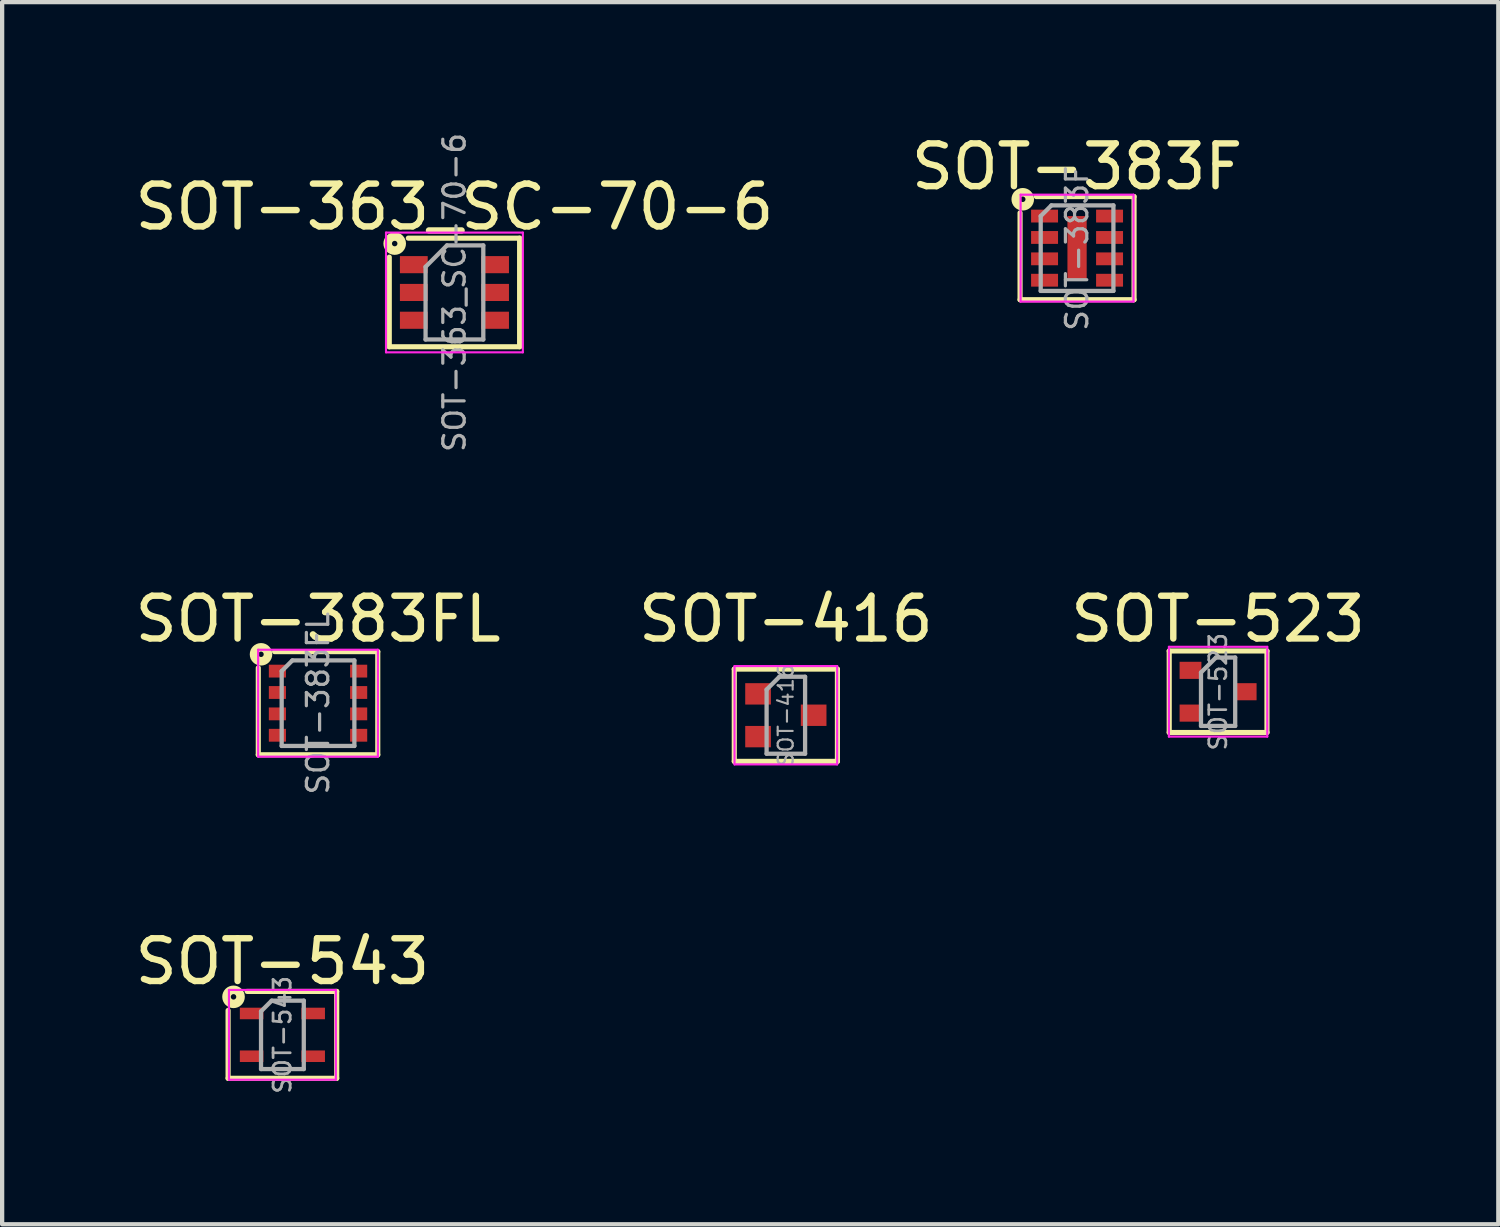
<source format=kicad_pcb>
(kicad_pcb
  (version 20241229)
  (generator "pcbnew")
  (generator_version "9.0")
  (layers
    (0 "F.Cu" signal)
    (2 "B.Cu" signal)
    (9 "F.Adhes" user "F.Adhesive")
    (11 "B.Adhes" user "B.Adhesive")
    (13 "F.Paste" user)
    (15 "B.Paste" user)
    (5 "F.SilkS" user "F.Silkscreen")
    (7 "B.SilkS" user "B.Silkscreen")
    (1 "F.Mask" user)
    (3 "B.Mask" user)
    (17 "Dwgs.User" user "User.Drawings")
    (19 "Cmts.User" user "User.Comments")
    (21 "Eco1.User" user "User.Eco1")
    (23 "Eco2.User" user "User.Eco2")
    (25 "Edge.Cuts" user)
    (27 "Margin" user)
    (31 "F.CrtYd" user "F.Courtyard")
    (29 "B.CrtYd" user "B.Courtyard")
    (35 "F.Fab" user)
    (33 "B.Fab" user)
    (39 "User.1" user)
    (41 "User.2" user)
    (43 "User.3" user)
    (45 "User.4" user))
  (footprint "SOT-383F"
    (layer "F.Cu")
    (at 22.137 2.753)
    (property "Reference" "SOT-383F" (at 0 -1.905 0) (layer "F.SilkS") (effects (font (size 1 1) (thickness 0.15))))
    (attr smd)
    (fp_line (start -1.333 -0.826) (end -1.333 1.206) (stroke (width 0.12) (type solid)) (layer "F.SilkS"))
    (fp_line (start -1.333 1.206) (end 1.333 1.206) (stroke (width 0.12) (type solid)) (layer "F.SilkS"))
    (fp_line (start 1.333 -1.206) (end -0.953 -1.206) (stroke (width 0.12) (type solid)) (layer "F.SilkS"))
    (fp_line (start 1.333 1.206) (end 1.333 -1.206) (stroke (width 0.12) (type solid)) (layer "F.SilkS"))
    (fp_circle (center -1.27 -1.143) (end -1.206 -1.143) (stroke (width 0.2) (type solid)) (fill no) (layer "F.SilkS"))
    (fp_line (start -1.32 -1.25) (end -1.32 1.25) (stroke (width 0.05) (type solid)) (layer "F.CrtYd"))
    (fp_line (start -1.32 -1.25) (end 1.32 -1.25) (stroke (width 0.05) (type solid)) (layer "F.CrtYd"))
    (fp_line (start 1.32 1.25) (end -1.32 1.25) (stroke (width 0.05) (type solid)) (layer "F.CrtYd"))
    (fp_line (start 1.32 1.25) (end 1.32 -1.25) (stroke (width 0.05) (type solid)) (layer "F.CrtYd"))
    (fp_line (start -0.85 -0.75) (end -0.85 1) (stroke (width 0.1) (type solid)) (layer "F.Fab"))
    (fp_line (start -0.85 -0.75) (end -0.6 -1) (stroke (width 0.1) (type solid)) (layer "F.Fab"))
    (fp_line (start -0.85 1) (end 0.85 1) (stroke (width 0.1) (type solid)) (layer "F.Fab"))
    (fp_line (start -0.6 -1) (end 0.85 -1) (stroke (width 0.1) (type solid)) (layer "F.Fab"))
    (fp_line (start 0.85 1) (end 0.85 -1) (stroke (width 0.1) (type solid)) (layer "F.Fab"))
    (fp_text user "${REFERENCE}" (at 0 0 90) (layer "F.Fab") (effects (font (size 0.5 0.5) (thickness 0.075))))
    (pad "1" smd rect (at -0.76 -0.75) (size 0.63 0.3) (layers "F.Cu" "F.Mask" "F.Paste"))
    (pad "2" smd rect (at -0.76 -0.25) (size 0.63 0.3) (layers "F.Cu" "F.Mask" "F.Paste"))
    (pad "3" smd rect (at -0.76 0.25) (size 0.63 0.3) (layers "F.Cu" "F.Mask" "F.Paste"))
    (pad "4" smd rect (at -0.76 0.75) (size 0.63 0.3) (layers "F.Cu" "F.Mask" "F.Paste"))
    (pad "5" smd rect (at 0.76 0.75) (size 0.63 0.3) (layers "F.Cu" "F.Mask" "F.Paste"))
    (pad "6" smd rect (at 0.76 0.25) (size 0.63 0.3) (layers "F.Cu" "F.Mask" "F.Paste"))
    (pad "7" smd rect (at 0.76 -0.25) (size 0.63 0.3) (layers "F.Cu" "F.Mask" "F.Paste"))
    (pad "8" smd rect (at 0.76 -0.75) (size 0.63 0.3) (layers "F.Cu" "F.Mask" "F.Paste"))
    (pad "9" smd rect (at 0 0) (size 0.45 1.5) (layers "F.Cu" "F.Mask" "F.Paste")))
  (footprint "SOT-363_SC-70-6"
    (layer "F.Cu")
    (at 7.577 3.789)
    (property "Reference" "SOT-363_SC-70-6" (at 0 -2 0) (layer "F.SilkS") (effects (font (size 1 1) (thickness 0.15))))
    (attr smd)
    (fp_line (start -1.524 -0.826) (end -1.524 1.27) (stroke (width 0.12) (type solid)) (layer "F.SilkS"))
    (fp_line (start -1.524 1.27) (end 1.524 1.27) (stroke (width 0.12) (type solid)) (layer "F.SilkS"))
    (fp_line (start 1.524 -1.27) (end -1.079 -1.27) (stroke (width 0.12) (type solid)) (layer "F.SilkS"))
    (fp_line (start 1.524 1.27) (end 1.524 -1.27) (stroke (width 0.12) (type solid)) (layer "F.SilkS"))
    (fp_circle (center -1.397 -1.143) (end -1.333 -1.143) (stroke (width 0.2) (type solid)) (fill no) (layer "F.SilkS"))
    (fp_line (start -1.6 -1.4) (end -1.6 1.4) (stroke (width 0.05) (type solid)) (layer "F.CrtYd"))
    (fp_line (start -1.6 -1.4) (end 1.6 -1.4) (stroke (width 0.05) (type solid)) (layer "F.CrtYd"))
    (fp_line (start -1.6 1.4) (end 1.6 1.4) (stroke (width 0.05) (type solid)) (layer "F.CrtYd"))
    (fp_line (start 1.6 1.4) (end 1.6 -1.4) (stroke (width 0.05) (type solid)) (layer "F.CrtYd"))
    (fp_line (start -0.675 -0.6) (end -0.675 1.1) (stroke (width 0.1) (type solid)) (layer "F.Fab"))
    (fp_line (start -0.175 -1.1) (end -0.675 -0.6) (stroke (width 0.1) (type solid)) (layer "F.Fab"))
    (fp_line (start 0.675 -1.1) (end -0.175 -1.1) (stroke (width 0.1) (type solid)) (layer "F.Fab"))
    (fp_line (start 0.675 -1.1) (end 0.675 1.1) (stroke (width 0.1) (type solid)) (layer "F.Fab"))
    (fp_line (start 0.675 1.1) (end -0.675 1.1) (stroke (width 0.1) (type solid)) (layer "F.Fab"))
    (fp_text user "${REFERENCE}" (at 0 0 90) (layer "F.Fab") (effects (font (size 0.5 0.5) (thickness 0.075))))
    (pad "1" smd rect (at -0.95 -0.65) (size 0.65 0.4) (layers "F.Cu" "F.Mask" "F.Paste"))
    (pad "2" smd rect (at -0.95 0) (size 0.65 0.4) (layers "F.Cu" "F.Mask" "F.Paste"))
    (pad "3" smd rect (at -0.95 0.65) (size 0.65 0.4) (layers "F.Cu" "F.Mask" "F.Paste"))
    (pad "4" smd rect (at 0.95 0.65) (size 0.65 0.4) (layers "F.Cu" "F.Mask" "F.Paste"))
    (pad "5" smd rect (at 0.95 0) (size 0.65 0.4) (layers "F.Cu" "F.Mask" "F.Paste"))
    (pad "6" smd rect (at 0.95 -0.65) (size 0.65 0.4) (layers "F.Cu" "F.Mask" "F.Paste")))
  (footprint "SOT-416"
    (layer "F.Cu")
    (at 15.327 13.676)
    (property "Reference" "SOT-416" (at 0 -2.25 0) (layer "F.SilkS") (effects (font (size 1 1) (thickness 0.15))))
    (attr smd)
    (fp_line (start -1.206 -1.079) (end -1.206 1.079) (stroke (width 0.12) (type solid)) (layer "F.SilkS"))
    (fp_line (start -1.206 1.079) (end 1.206 1.079) (stroke (width 0.12) (type solid)) (layer "F.SilkS"))
    (fp_line (start 1.206 -1.079) (end -1.206 -1.079) (stroke (width 0.12) (type solid)) (layer "F.SilkS"))
    (fp_line (start 1.206 1.079) (end 1.206 -1.079) (stroke (width 0.12) (type solid)) (layer "F.SilkS"))
    (fp_line (start -1.2 -1.15) (end 1.2 -1.15) (stroke (width 0.05) (type solid)) (layer "F.CrtYd"))
    (fp_line (start -1.2 1.15) (end -1.2 -1.15) (stroke (width 0.05) (type solid)) (layer "F.CrtYd"))
    (fp_line (start 1.2 -1.15) (end 1.2 1.15) (stroke (width 0.05) (type solid)) (layer "F.CrtYd"))
    (fp_line (start 1.2 1.15) (end -1.2 1.15) (stroke (width 0.05) (type solid)) (layer "F.CrtYd"))
    (fp_line (start -0.45 -0.6) (end -0.45 0.9) (stroke (width 0.1) (type solid)) (layer "F.Fab"))
    (fp_line (start -0.45 0.9) (end 0.45 0.9) (stroke (width 0.1) (type solid)) (layer "F.Fab"))
    (fp_line (start -0.15 -0.9) (end -0.45 -0.6) (stroke (width 0.1) (type solid)) (layer "F.Fab"))
    (fp_line (start -0.15 -0.9) (end 0.45 -0.9) (stroke (width 0.1) (type solid)) (layer "F.Fab"))
    (fp_line (start 0.45 -0.9) (end 0.45 0.9) (stroke (width 0.1) (type solid)) (layer "F.Fab"))
    (fp_text user "${REFERENCE}" (at 0 0 90) (layer "F.Fab") (effects (font (size 0.35 0.35) (thickness 0.05))))
    (pad "1" smd rect (at -0.65 -0.5) (size 0.6 0.5) (layers "F.Cu" "F.Mask" "F.Paste"))
    (pad "2" smd rect (at -0.65 0.5) (size 0.6 0.5) (layers "F.Cu" "F.Mask" "F.Paste"))
    (pad "3" smd rect (at 0.65 0) (size 0.6 0.5) (layers "F.Cu" "F.Mask" "F.Paste")))
  (footprint "SOT-383FL"
    (layer "F.Cu")
    (at 4.387 13.394)
    (property "Reference" "SOT-383FL" (at 0 -1.968 0) (layer "F.SilkS") (effects (font (size 1 1) (thickness 0.15))))
    (attr smd)
    (fp_line (start -1.397 -0.826) (end -1.397 1.206) (stroke (width 0.12) (type solid)) (layer "F.SilkS"))
    (fp_line (start -1.397 1.206) (end 1.397 1.206) (stroke (width 0.12) (type solid)) (layer "F.SilkS"))
    (fp_line (start 1.397 -1.206) (end -1.016 -1.206) (stroke (width 0.12) (type solid)) (layer "F.SilkS"))
    (fp_line (start 1.397 1.206) (end 1.397 -1.206) (stroke (width 0.12) (type solid)) (layer "F.SilkS"))
    (fp_circle (center -1.333 -1.143) (end -1.27 -1.143) (stroke (width 0.2) (type solid)) (fill no) (layer "F.SilkS"))
    (fp_line (start -1.4 -1.25) (end -1.4 1.25) (stroke (width 0.05) (type solid)) (layer "F.CrtYd"))
    (fp_line (start -1.4 -1.25) (end 1.4 -1.25) (stroke (width 0.05) (type solid)) (layer "F.CrtYd"))
    (fp_line (start 1.4 1.25) (end -1.4 1.25) (stroke (width 0.05) (type solid)) (layer "F.CrtYd"))
    (fp_line (start 1.4 1.25) (end 1.4 -1.25) (stroke (width 0.05) (type solid)) (layer "F.CrtYd"))
    (fp_line (start -0.85 -0.75) (end -0.85 1) (stroke (width 0.1) (type solid)) (layer "F.Fab"))
    (fp_line (start -0.85 -0.75) (end -0.6 -1) (stroke (width 0.1) (type solid)) (layer "F.Fab"))
    (fp_line (start -0.85 1) (end 0.85 1) (stroke (width 0.1) (type solid)) (layer "F.Fab"))
    (fp_line (start -0.6 -1) (end 0.85 -1) (stroke (width 0.1) (type solid)) (layer "F.Fab"))
    (fp_line (start 0.85 1) (end 0.85 -1) (stroke (width 0.1) (type solid)) (layer "F.Fab"))
    (fp_text user "${REFERENCE}" (at 0 0 90) (layer "F.Fab") (effects (font (size 0.5 0.5) (thickness 0.075))))
    (pad "1" smd rect (at -0.95 -0.75) (size 0.4 0.3) (layers "F.Cu" "F.Mask" "F.Paste"))
    (pad "2" smd rect (at -0.95 -0.25) (size 0.4 0.3) (layers "F.Cu" "F.Mask" "F.Paste"))
    (pad "3" smd rect (at -0.95 0.25) (size 0.4 0.3) (layers "F.Cu" "F.Mask" "F.Paste"))
    (pad "4" smd rect (at -0.95 0.75) (size 0.4 0.3) (layers "F.Cu" "F.Mask" "F.Paste"))
    (pad "5" smd rect (at 0.95 0.75) (size 0.4 0.3) (layers "F.Cu" "F.Mask" "F.Paste"))
    (pad "6" smd rect (at 0.95 0.25) (size 0.4 0.3) (layers "F.Cu" "F.Mask" "F.Paste"))
    (pad "7" smd rect (at 0.95 -0.25) (size 0.4 0.3) (layers "F.Cu" "F.Mask" "F.Paste"))
    (pad "8" smd rect (at 0.95 -0.75) (size 0.4 0.3) (layers "F.Cu" "F.Mask" "F.Paste")))
  (footprint "SOT-523"
    (layer "F.Cu")
    (at 25.435 13.126)
    (property "Reference" "SOT-523" (at 0 -1.7 0) (layer "F.SilkS") (effects (font (size 1 1) (thickness 0.15))))
    (attr smd)
    (fp_line (start -1.143 -0.953) (end -1.143 0.953) (stroke (width 0.12) (type solid)) (layer "F.SilkS"))
    (fp_line (start -1.143 0.953) (end 1.143 0.953) (stroke (width 0.12) (type solid)) (layer "F.SilkS"))
    (fp_line (start 1.143 -0.953) (end -1.143 -0.953) (stroke (width 0.12) (type solid)) (layer "F.SilkS"))
    (fp_line (start 1.143 0.953) (end 1.143 -0.953) (stroke (width 0.12) (type solid)) (layer "F.SilkS"))
    (fp_line (start -1.15 -1.05) (end -1.15 1.05) (stroke (width 0.05) (type solid)) (layer "F.CrtYd"))
    (fp_line (start -1.15 -1.05) (end 1.15 -1.05) (stroke (width 0.05) (type solid)) (layer "F.CrtYd"))
    (fp_line (start 1.15 1.05) (end -1.15 1.05) (stroke (width 0.05) (type solid)) (layer "F.CrtYd"))
    (fp_line (start 1.15 1.05) (end 1.15 -1.05) (stroke (width 0.05) (type solid)) (layer "F.CrtYd"))
    (fp_line (start -0.4 -0.45) (end -0.4 0.8) (stroke (width 0.1) (type solid)) (layer "F.Fab"))
    (fp_line (start -0.4 -0.45) (end -0.05 -0.8) (stroke (width 0.1) (type solid)) (layer "F.Fab"))
    (fp_line (start -0.4 0.8) (end 0.4 0.8) (stroke (width 0.1) (type solid)) (layer "F.Fab"))
    (fp_line (start 0.4 -0.8) (end -0.05 -0.8) (stroke (width 0.1) (type solid)) (layer "F.Fab"))
    (fp_line (start 0.4 0.8) (end 0.4 -0.8) (stroke (width 0.1) (type solid)) (layer "F.Fab"))
    (fp_text user "${REFERENCE}" (at 0 0 270) (layer "F.Fab") (effects (font (size 0.4 0.4) (thickness 0.062))))
    (pad "1" smd rect (at -0.645 -0.5 180) (size 0.51 0.4) (layers "F.Cu" "F.Mask" "F.Paste"))
    (pad "2" smd rect (at -0.645 0.5 180) (size 0.51 0.4) (layers "F.Cu" "F.Mask" "F.Paste"))
    (pad "3" smd rect (at 0.645 0 180) (size 0.51 0.4) (layers "F.Cu" "F.Mask" "F.Paste")))
  (footprint "SOT-543"
    (layer "F.Cu")
    (at 3.554 21.15)
    (property "Reference" "SOT-543" (at 0 -1.714 0) (layer "F.SilkS") (effects (font (size 1 1) (thickness 0.15))))
    (attr smd)
    (fp_line (start -1.27 -0.572) (end -1.27 1.016) (stroke (width 0.12) (type solid)) (layer "F.SilkS"))
    (fp_line (start -1.27 1.016) (end 1.27 1.016) (stroke (width 0.12) (type solid)) (layer "F.SilkS"))
    (fp_line (start 1.27 -1.016) (end -0.826 -1.016) (stroke (width 0.12) (type solid)) (layer "F.SilkS"))
    (fp_line (start 1.27 1.016) (end 1.27 -1.016) (stroke (width 0.12) (type solid)) (layer "F.SilkS"))
    (fp_circle (center -1.143 -0.889) (end -1.079 -0.889) (stroke (width 0.2) (type solid)) (fill no) (layer "F.SilkS"))
    (fp_line (start -1.25 1.05) (end -1.25 -1.05) (stroke (width 0.05) (type solid)) (layer "F.CrtYd"))
    (fp_line (start -1.25 1.05) (end 1.25 1.05) (stroke (width 0.05) (type solid)) (layer "F.CrtYd"))
    (fp_line (start 1.25 -1.05) (end -1.25 -1.05) (stroke (width 0.05) (type solid)) (layer "F.CrtYd"))
    (fp_line (start 1.25 -1.05) (end 1.25 1.05) (stroke (width 0.05) (type solid)) (layer "F.CrtYd"))
    (fp_line (start -0.5 -0.55) (end -0.5 0.8) (stroke (width 0.1) (type solid)) (layer "F.Fab"))
    (fp_line (start -0.5 0.8) (end 0.5 0.8) (stroke (width 0.1) (type solid)) (layer "F.Fab"))
    (fp_line (start -0.25 -0.8) (end -0.5 -0.55) (stroke (width 0.1) (type solid)) (layer "F.Fab"))
    (fp_line (start 0.5 -0.8) (end -0.25 -0.8) (stroke (width 0.1) (type solid)) (layer "F.Fab"))
    (fp_line (start 0.5 0.8) (end 0.5 -0.8) (stroke (width 0.1) (type solid)) (layer "F.Fab"))
    (fp_text user "${REFERENCE}" (at 0 0 90) (layer "F.Fab") (effects (font (size 0.4 0.4) (thickness 0.065))))
    (pad "1" smd rect (at -0.72 -0.5 270) (size 0.27 0.55) (layers "F.Cu" "F.Mask" "F.Paste"))
    (pad "2" smd rect (at -0.72 0.5 270) (size 0.27 0.55) (layers "F.Cu" "F.Mask" "F.Paste"))
    (pad "3" smd rect (at 0.72 0.5 270) (size 0.27 0.55) (layers "F.Cu" "F.Mask" "F.Paste"))
    (pad "4" smd rect (at 0.72 -0.5 270) (size 0.27 0.55) (layers "F.Cu" "F.Mask" "F.Paste")))
  (gr_rect
    (start -3 -3)
    (end 31.988 25.579)
    (stroke (width 0.1) (type default))
    (fill no)
    (layer "Edge.Cuts")))
</source>
